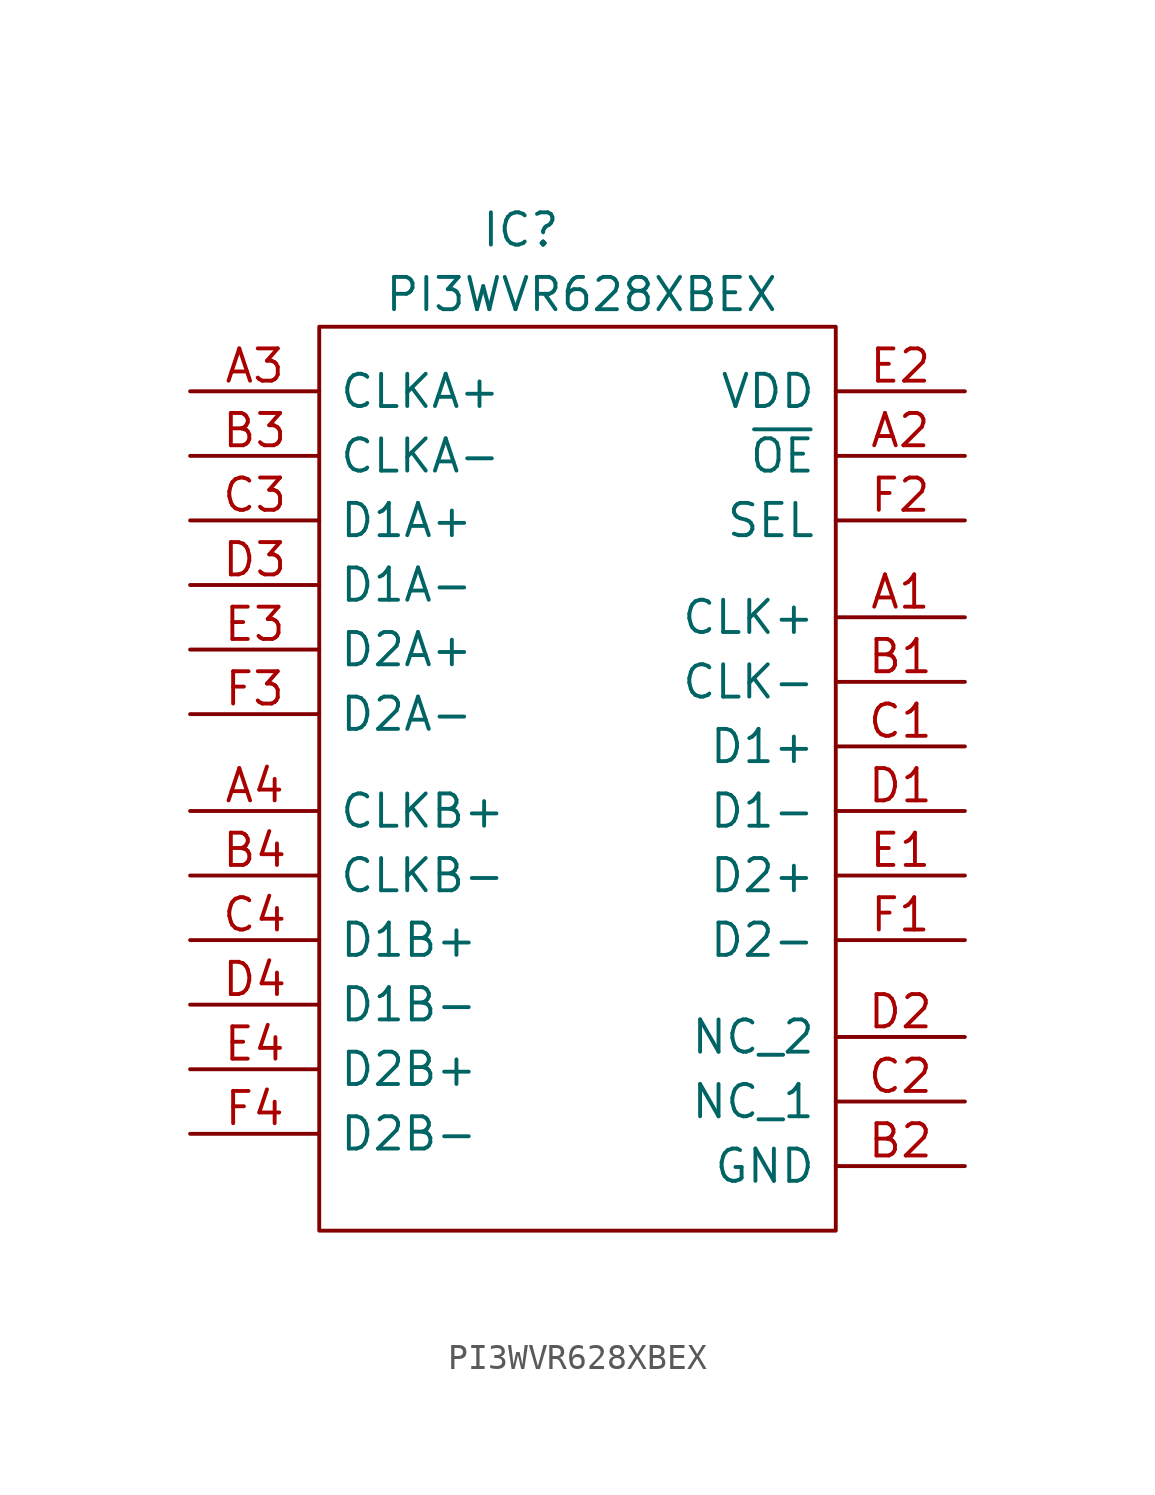
<source format=kicad_sym>
(kicad_symbol_lib
  (version 20211014)
  (generator kicad_symbol_editor)
  (symbol "PI3WVR628XBEX"
    (pin_names
      (offset 0.762))
    (property "Reference" "IC"
      (at -3.81 20.32 0)
      (effects (font (size 1.27 1.27)) (justify left)))
    (property "Value" "PI3WVR628XBEX"
      (at -7.62 17.78 0)
      (effects (font (size 1.27 1.27)) (justify left)))
    (symbol "PI3WVR628XBEX_0_0"
      (pin passive line (at 15.24 5.08 180) (length 5.08) (name "CLK+" (effects (font (size 1.27 1.27)))) (number "A1" (effects (font (size 1.27 1.27)))))
      (pin passive line (at 15.24 11.43 180) (length 5.08) (name "~{OE}" (effects (font (size 1.27 1.27)))) (number "A2" (effects (font (size 1.27 1.27)))))
      (pin passive line (at -15.24 13.97 0) (length 5.08) (name "CLKA+" (effects (font (size 1.27 1.27)))) (number "A3" (effects (font (size 1.27 1.27)))))
      (pin passive line (at -15.24 -2.54 0) (length 5.08) (name "CLKB+" (effects (font (size 1.27 1.27)))) (number "A4" (effects (font (size 1.27 1.27)))))
      (pin passive line (at 15.24 2.54 180) (length 5.08) (name "CLK-" (effects (font (size 1.27 1.27)))) (number "B1" (effects (font (size 1.27 1.27)))))
      (pin passive line (at 15.24 -16.51 180) (length 5.08) (name "GND" (effects (font (size 1.27 1.27)))) (number "B2" (effects (font (size 1.27 1.27)))))
      (pin passive line (at -15.24 11.43 0) (length 5.08) (name "CLKA-" (effects (font (size 1.27 1.27)))) (number "B3" (effects (font (size 1.27 1.27)))))
      (pin passive line (at -15.24 -5.08 0) (length 5.08) (name "CLKB-" (effects (font (size 1.27 1.27)))) (number "B4" (effects (font (size 1.27 1.27)))))
      (pin passive line (at 15.24 0 180) (length 5.08) (name "D1+" (effects (font (size 1.27 1.27)))) (number "C1" (effects (font (size 1.27 1.27)))))
      (pin passive line (at 15.24 -13.97 180) (length 5.08) (name "NC_1" (effects (font (size 1.27 1.27)))) (number "C2" (effects (font (size 1.27 1.27)))))
      (pin passive line (at -15.24 8.89 0) (length 5.08) (name "D1A+" (effects (font (size 1.27 1.27)))) (number "C3" (effects (font (size 1.27 1.27)))))
      (pin passive line (at -15.24 -7.62 0) (length 5.08) (name "D1B+" (effects (font (size 1.27 1.27)))) (number "C4" (effects (font (size 1.27 1.27)))))
      (pin passive line (at 15.24 -2.54 180) (length 5.08) (name "D1-" (effects (font (size 1.27 1.27)))) (number "D1" (effects (font (size 1.27 1.27)))))
      (pin passive line (at 15.24 -11.43 180) (length 5.08) (name "NC_2" (effects (font (size 1.27 1.27)))) (number "D2" (effects (font (size 1.27 1.27)))))
      (pin passive line (at -15.24 6.35 0) (length 5.08) (name "D1A-" (effects (font (size 1.27 1.27)))) (number "D3" (effects (font (size 1.27 1.27)))))
      (pin passive line (at -15.24 -10.16 0) (length 5.08) (name "D1B-" (effects (font (size 1.27 1.27)))) (number "D4" (effects (font (size 1.27 1.27)))))
      (pin passive line (at 15.24 -5.08 180) (length 5.08) (name "D2+" (effects (font (size 1.27 1.27)))) (number "E1" (effects (font (size 1.27 1.27)))))
      (pin passive line (at 15.24 13.97 180) (length 5.08) (name "VDD" (effects (font (size 1.27 1.27)))) (number "E2" (effects (font (size 1.27 1.27)))))
      (pin passive line (at -15.24 3.81 0) (length 5.08) (name "D2A+" (effects (font (size 1.27 1.27)))) (number "E3" (effects (font (size 1.27 1.27)))))
      (pin passive line (at -15.24 -12.7 0) (length 5.08) (name "D2B+" (effects (font (size 1.27 1.27)))) (number "E4" (effects (font (size 1.27 1.27)))))
      (pin passive line (at 15.24 -7.62 180) (length 5.08) (name "D2-" (effects (font (size 1.27 1.27)))) (number "F1" (effects (font (size 1.27 1.27)))))
      (pin passive line (at 15.24 8.89 180) (length 5.08) (name "SEL" (effects (font (size 1.27 1.27)))) (number "F2" (effects (font (size 1.27 1.27)))))
      (pin passive line (at -15.24 1.27 0) (length 5.08) (name "D2A-" (effects (font (size 1.27 1.27)))) (number "F3" (effects (font (size 1.27 1.27)))))
      (pin passive line (at -15.24 -15.24 0) (length 5.08) (name "D2B-" (effects (font (size 1.27 1.27)))) (number "F4" (effects (font (size 1.27 1.27))))))
    (symbol "PI3WVR628XBEX_0_1"
      (polyline (pts (xy -10.16 16.51) (xy 10.16 16.51) (xy 10.16 -19.05) (xy 0 -19.05) (xy -10.16 -19.05) (xy -10.16 16.51)) (stroke (width 0.152) (type default) (color 0 0 0 0)) (fill (type none))))))
</source>
